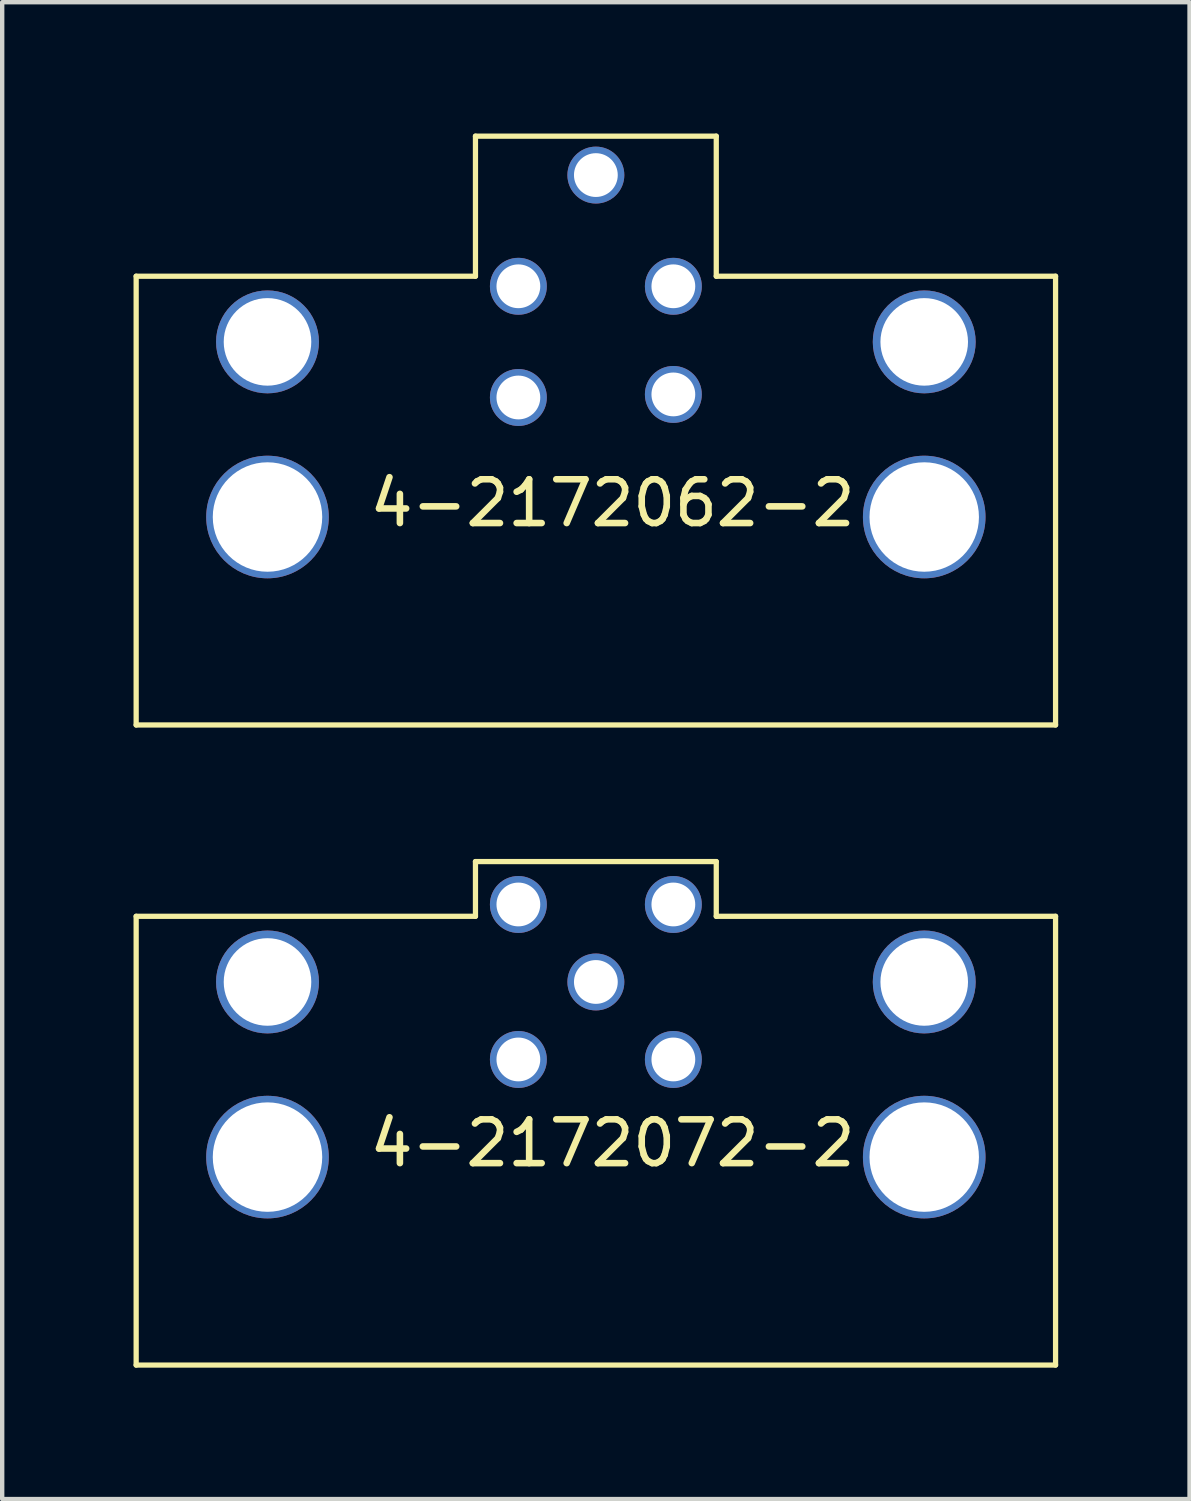
<source format=kicad_pcb>
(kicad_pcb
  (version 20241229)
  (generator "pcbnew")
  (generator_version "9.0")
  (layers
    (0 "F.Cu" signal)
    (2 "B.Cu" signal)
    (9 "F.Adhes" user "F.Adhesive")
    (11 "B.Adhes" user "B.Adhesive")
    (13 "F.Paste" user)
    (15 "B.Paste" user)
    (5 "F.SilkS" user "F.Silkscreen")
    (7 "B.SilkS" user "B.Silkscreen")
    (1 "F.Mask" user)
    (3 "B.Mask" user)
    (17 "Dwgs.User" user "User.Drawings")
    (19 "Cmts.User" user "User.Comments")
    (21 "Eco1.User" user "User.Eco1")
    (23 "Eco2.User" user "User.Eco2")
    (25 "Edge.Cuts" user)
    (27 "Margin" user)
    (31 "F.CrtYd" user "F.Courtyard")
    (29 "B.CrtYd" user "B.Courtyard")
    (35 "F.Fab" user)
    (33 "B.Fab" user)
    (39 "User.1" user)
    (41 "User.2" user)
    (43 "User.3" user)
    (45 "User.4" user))
  (footprint "4-2172062-2"
    (layer "F.Cu")
    (at 10.56 4.759)
    (property "Reference" "4-2172062-2" (at 0.381 3.683 0) (layer "F.SilkS") (effects (font (size 1 1) (thickness 0.15))))
    (attr through_hole)
    (fp_line (start -10.5 -1.5) (end -2.75 -1.5) (stroke (width 0.12) (type solid)) (layer "F.SilkS"))
    (fp_line (start -10.5 8.75) (end -10.5 -1.5) (stroke (width 0.12) (type solid)) (layer "F.SilkS"))
    (fp_line (start -10.5 8.75) (end 10.5 8.75) (stroke (width 0.12) (type solid)) (layer "F.SilkS"))
    (fp_line (start -2.75 -4.699) (end 2.75 -4.699) (stroke (width 0.12) (type solid)) (layer "F.SilkS"))
    (fp_line (start -2.75 -1.5) (end -2.75 -4.699) (stroke (width 0.12) (type solid)) (layer "F.SilkS"))
    (fp_line (start 2.75 -4.699) (end 2.75 -1.5) (stroke (width 0.12) (type solid)) (layer "F.SilkS"))
    (fp_line (start 2.75 -1.5) (end 10.5 -1.5) (stroke (width 0.12) (type solid)) (layer "F.SilkS"))
    (fp_line (start 10.5 8.75) (end 10.5 -1.5) (stroke (width 0.12) (type solid)) (layer "F.SilkS"))
    (pad "" thru_hole circle (at -7.5 0) (size 2.35 2.35) (drill 2) (layers "*.Cu" "*.Mask"))
    (pad "" thru_hole circle (at -7.5 4) (size 2.8 2.8) (drill 2.5) (layers "*.Cu" "*.Mask"))
    (pad "" thru_hole circle (at 7.5 0) (size 2.35 2.35) (drill 2) (layers "*.Cu" "*.Mask"))
    (pad "" thru_hole circle (at 7.5 4) (size 2.8 2.8) (drill 2.5) (layers "*.Cu" "*.Mask"))
    (pad "1" thru_hole circle (at 1.77 1.2) (size 1.3 1.3) (drill 1) (layers "*.Cu" "*.Mask"))
    (pad "2" thru_hole circle (at -1.77 1.27) (size 1.3 1.3) (drill 1) (layers "*.Cu" "*.Mask"))
    (pad "3" thru_hole circle (at -1.77 -1.27) (size 1.3 1.3) (drill 1) (layers "*.Cu" "*.Mask"))
    (pad "4" thru_hole circle (at 1.77 -1.27) (size 1.3 1.3) (drill 1) (layers "*.Cu" "*.Mask"))
    (pad "5" thru_hole circle (at 0 -3.81) (size 1.3 1.3) (drill 1) (layers "*.Cu" "*.Mask")))
  (footprint "4-2172072-2"
    (layer "F.Cu")
    (at 10.56 19.379)
    (property "Reference" "4-2172072-2" (at 0.381 3.683 0) (layer "F.SilkS") (effects (font (size 1 1) (thickness 0.15))))
    (attr through_hole)
    (fp_line (start -10.5 -1.5) (end -2.75 -1.5) (stroke (width 0.12) (type solid)) (layer "F.SilkS"))
    (fp_line (start -10.5 8.75) (end -10.5 -1.5) (stroke (width 0.12) (type solid)) (layer "F.SilkS"))
    (fp_line (start -10.5 8.75) (end 10.5 8.75) (stroke (width 0.12) (type solid)) (layer "F.SilkS"))
    (fp_line (start -2.75 -2.75) (end 2.75 -2.75) (stroke (width 0.12) (type solid)) (layer "F.SilkS"))
    (fp_line (start -2.75 -1.5) (end -2.75 -2.75) (stroke (width 0.12) (type solid)) (layer "F.SilkS"))
    (fp_line (start 2.75 -2.75) (end 2.75 -1.5) (stroke (width 0.12) (type solid)) (layer "F.SilkS"))
    (fp_line (start 2.75 -1.5) (end 10.5 -1.5) (stroke (width 0.12) (type solid)) (layer "F.SilkS"))
    (fp_line (start 10.5 8.75) (end 10.5 -1.5) (stroke (width 0.12) (type solid)) (layer "F.SilkS"))
    (pad "" thru_hole circle (at -7.5 0) (size 2.35 2.35) (drill 2) (layers "*.Cu" "*.Mask"))
    (pad "" thru_hole circle (at -7.5 4) (size 2.8 2.8) (drill 2.5) (layers "*.Cu" "*.Mask"))
    (pad "" thru_hole circle (at 7.5 0) (size 2.35 2.35) (drill 2) (layers "*.Cu" "*.Mask"))
    (pad "" thru_hole circle (at 7.5 4) (size 2.8 2.8) (drill 2.5) (layers "*.Cu" "*.Mask"))
    (pad "1" thru_hole circle (at 1.77 1.77) (size 1.3 1.3) (drill 1) (layers "*.Cu" "*.Mask"))
    (pad "2" thru_hole circle (at -1.77 1.77) (size 1.3 1.3) (drill 1) (layers "*.Cu" "*.Mask"))
    (pad "3" thru_hole circle (at -1.77 -1.77) (size 1.3 1.3) (drill 1) (layers "*.Cu" "*.Mask"))
    (pad "4" thru_hole circle (at 1.77 -1.77) (size 1.3 1.3) (drill 1) (layers "*.Cu" "*.Mask"))
    (pad "5" thru_hole circle (at 0 0) (size 1.3 1.3) (drill 1) (layers "*.Cu" "*.Mask")))
  (gr_rect
    (start -3 -3)
    (end 24.12 31.189)
    (stroke (width 0.1) (type default))
    (fill no)
    (layer "Edge.Cuts")))
</source>
